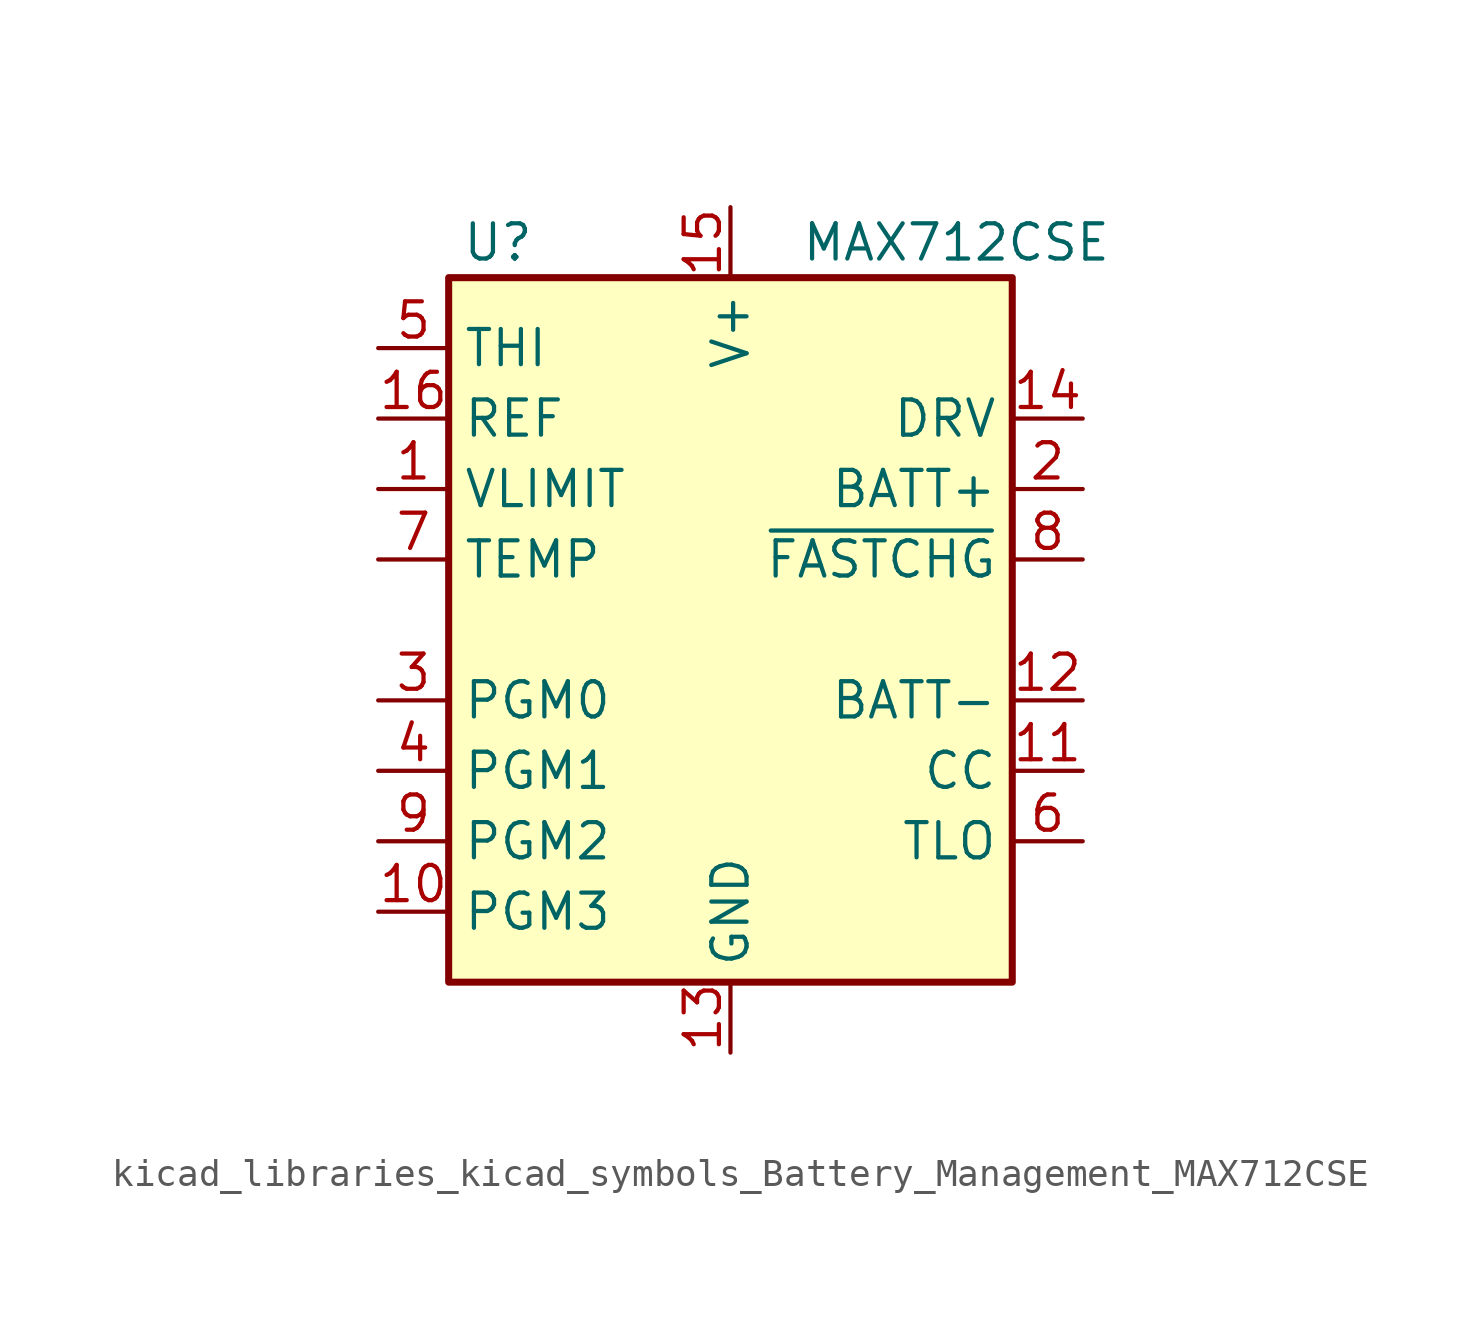
<source format=kicad_sym>
(kicad_symbol_lib
  (version 20220914)
  (generator kicad_symbol_editor)
  (symbol "kicad_libraries_kicad_symbols_Battery_Management_MAX712CSE"
    (property "Reference" "U"
      (at -8.382 13.97 0)
      (effects (font (size 1.27 1.27))))
    (property "Value" "MAX712CSE"
      (at 2.54 13.97 0)
      (effects (font (size 1.27 1.27)) (justify left)))
    (symbol "kicad_libraries_kicad_symbols_Battery_Management_MAX712CSE_0_1"
      (rectangle (start -10.16 12.7) (end 10.16 -12.7) (stroke (width 0.254) (type default)) (fill (type background))))
    (symbol "kicad_libraries_kicad_symbols_Battery_Management_MAX712CSE_1_1"
      (pin input line (at -12.7 5.08 0) (length 2.54) (name "VLIMIT" (effects (font (size 1.27 1.27)))) (number "1" (effects (font (size 1.27 1.27)))))
      (pin input line (at -12.7 -10.16 0) (length 2.54) (name "PGM3" (effects (font (size 1.27 1.27)))) (number "10" (effects (font (size 1.27 1.27)))))
      (pin input line (at 12.7 -5.08 180) (length 2.54) (name "CC" (effects (font (size 1.27 1.27)))) (number "11" (effects (font (size 1.27 1.27)))))
      (pin input line (at 12.7 -2.54 180) (length 2.54) (name "BATT-" (effects (font (size 1.27 1.27)))) (number "12" (effects (font (size 1.27 1.27)))))
      (pin power_in line (at 0 -15.24 90) (length 2.54) (name "GND" (effects (font (size 1.27 1.27)))) (number "13" (effects (font (size 1.27 1.27)))))
      (pin output line (at 12.7 7.62 180) (length 2.54) (name "DRV" (effects (font (size 1.27 1.27)))) (number "14" (effects (font (size 1.27 1.27)))))
      (pin power_in line (at 0 15.24 270) (length 2.54) (name "V+" (effects (font (size 1.27 1.27)))) (number "15" (effects (font (size 1.27 1.27)))))
      (pin power_in line (at -12.7 7.62 0) (length 2.54) (name "REF" (effects (font (size 1.27 1.27)))) (number "16" (effects (font (size 1.27 1.27)))))
      (pin power_out line (at 12.7 5.08 180) (length 2.54) (name "BATT+" (effects (font (size 1.27 1.27)))) (number "2" (effects (font (size 1.27 1.27)))))
      (pin power_out line (at -12.7 -2.54 0) (length 2.54) (name "PGM0" (effects (font (size 1.27 1.27)))) (number "3" (effects (font (size 1.27 1.27)))))
      (pin power_out line (at -12.7 -5.08 0) (length 2.54) (name "PGM1" (effects (font (size 1.27 1.27)))) (number "4" (effects (font (size 1.27 1.27)))))
      (pin input line (at -12.7 10.16 0) (length 2.54) (name "THI" (effects (font (size 1.27 1.27)))) (number "5" (effects (font (size 1.27 1.27)))))
      (pin input line (at 12.7 -7.62 180) (length 2.54) (name "TLO" (effects (font (size 1.27 1.27)))) (number "6" (effects (font (size 1.27 1.27)))))
      (pin input line (at -12.7 2.54 0) (length 2.54) (name "TEMP" (effects (font (size 1.27 1.27)))) (number "7" (effects (font (size 1.27 1.27)))))
      (pin open_collector line (at 12.7 2.54 180) (length 2.54) (name "~{FASTCHG}" (effects (font (size 1.27 1.27)))) (number "8" (effects (font (size 1.27 1.27)))))
      (pin input line (at -12.7 -7.62 0) (length 2.54) (name "PGM2" (effects (font (size 1.27 1.27)))) (number "9" (effects (font (size 1.27 1.27))))))))
</source>
